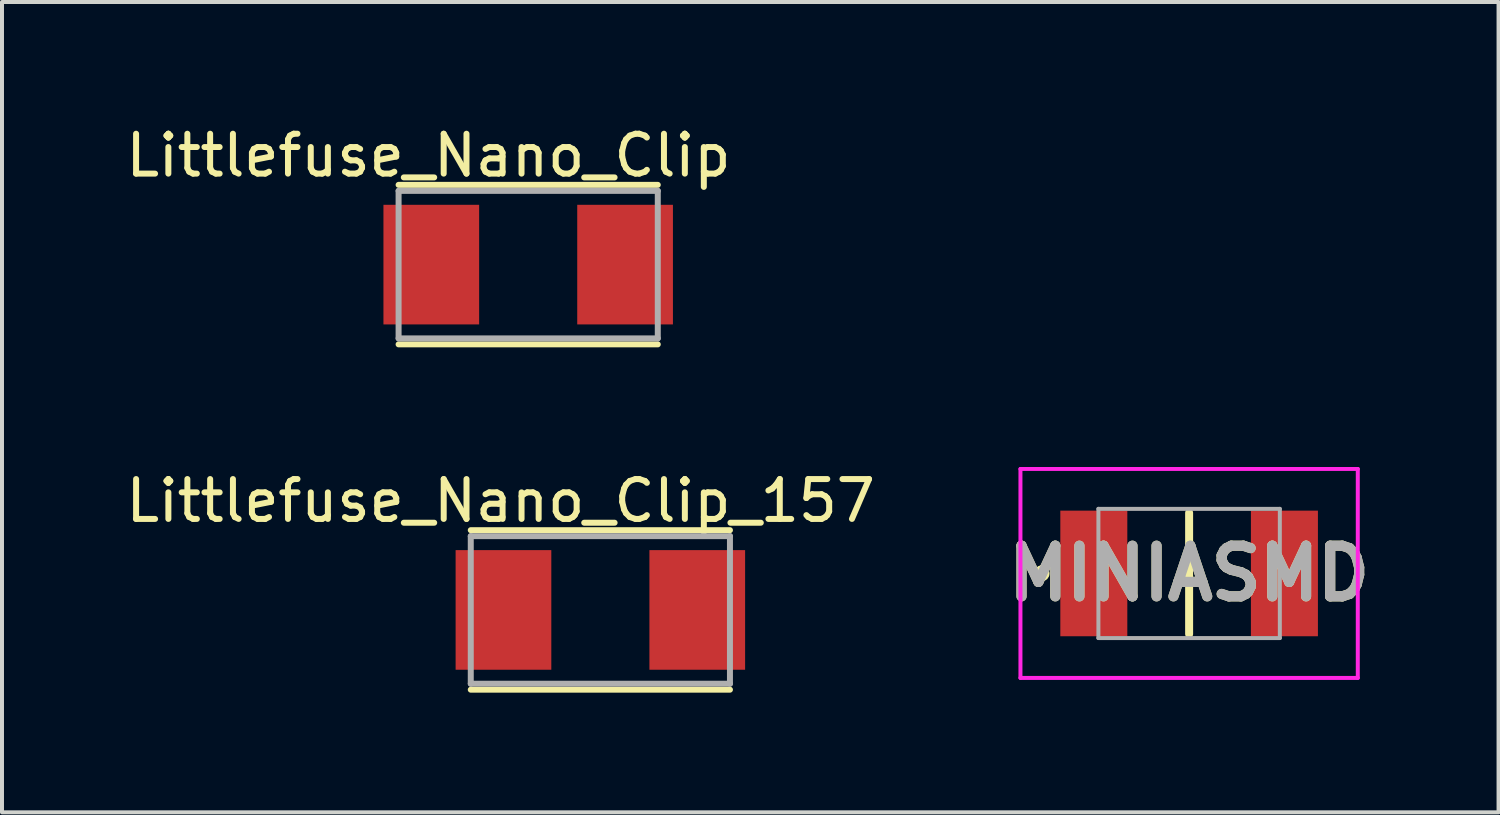
<source format=kicad_pcb>
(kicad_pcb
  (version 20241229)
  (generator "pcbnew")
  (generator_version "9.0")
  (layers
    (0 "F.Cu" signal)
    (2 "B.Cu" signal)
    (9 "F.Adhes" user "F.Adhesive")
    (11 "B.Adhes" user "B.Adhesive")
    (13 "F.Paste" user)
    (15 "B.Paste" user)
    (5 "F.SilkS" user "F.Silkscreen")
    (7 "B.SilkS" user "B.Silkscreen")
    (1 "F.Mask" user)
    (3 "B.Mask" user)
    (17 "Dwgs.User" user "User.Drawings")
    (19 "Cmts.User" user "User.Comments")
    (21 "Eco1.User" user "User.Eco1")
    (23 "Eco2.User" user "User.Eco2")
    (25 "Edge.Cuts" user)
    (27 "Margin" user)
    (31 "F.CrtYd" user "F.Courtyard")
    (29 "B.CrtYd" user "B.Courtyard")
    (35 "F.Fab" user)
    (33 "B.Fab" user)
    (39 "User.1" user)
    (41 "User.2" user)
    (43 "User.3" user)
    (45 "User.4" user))
  (footprint "MINIASMD"
    (layer "F.Cu")
    (at 26.771 11.331)
    (property "Reference" "MINIASMD" (at 0 0 0) (layer "F.SilkS") (effects (font (size 1.27 1.27) (thickness 0.254))))
    (attr smd)
    (fp_line (start -3.7 -0.1) (end -3.7 -0.1) (stroke (width 0.2) (type solid)) (layer "F.SilkS"))
    (fp_line (start -3.7 0.1) (end -3.7 0.1) (stroke (width 0.2) (type solid)) (layer "F.SilkS"))
    (fp_line (start 0 -1.52) (end 0 1.52) (stroke (width 0.2) (type solid)) (layer "F.SilkS"))
    (fp_arc (start -3.7 -0.1) (mid -3.6 0) (end -3.7 0.1) (stroke (width 0.2) (type solid)) (layer "F.SilkS"))
    (fp_arc (start -3.7 0.1) (mid -3.8 0) (end -3.7 -0.1) (stroke (width 0.2) (type solid)) (layer "F.SilkS"))
    (fp_line (start -4.23 -2.62) (end 4.23 -2.62) (stroke (width 0.1) (type solid)) (layer "F.CrtYd"))
    (fp_line (start -4.23 2.62) (end -4.23 -2.62) (stroke (width 0.1) (type solid)) (layer "F.CrtYd"))
    (fp_line (start 4.23 -2.62) (end 4.23 2.62) (stroke (width 0.1) (type solid)) (layer "F.CrtYd"))
    (fp_line (start 4.23 2.62) (end -4.23 2.62) (stroke (width 0.1) (type solid)) (layer "F.CrtYd"))
    (fp_line (start -2.275 -1.62) (end 2.275 -1.62) (stroke (width 0.1) (type solid)) (layer "F.Fab"))
    (fp_line (start -2.275 1.62) (end -2.275 -1.62) (stroke (width 0.1) (type solid)) (layer "F.Fab"))
    (fp_line (start 2.275 -1.62) (end 2.275 1.62) (stroke (width 0.1) (type solid)) (layer "F.Fab"))
    (fp_line (start 2.275 1.62) (end -2.275 1.62) (stroke (width 0.1) (type solid)) (layer "F.Fab"))
    (fp_text user "${REFERENCE}" (at 0 0 0) (layer "F.Fab") (effects (font (size 1.27 1.27) (thickness 0.254))))
    (pad "1" smd rect (at -2.39 0) (size 1.68 3.15) (layers "F.Cu" "F.Mask" "F.Paste"))
    (pad "2" smd rect (at 2.39 0) (size 1.68 3.15) (layers "F.Cu" "F.Mask" "F.Paste")))
  (footprint "Littlefuse_Nano_Clip_157"
    (layer "F.Cu")
    (at 12.006 12.246)
    (property "Reference" "Littlefuse_Nano_Clip_157" (at -2.5 -2.737 0) (layer "F.SilkS") (effects (font (size 1 1) (thickness 0.15))))
    (attr through_hole)
    (fp_line (start -3.25 -2) (end 3.25 -2) (stroke (width 0.15) (type solid)) (layer "F.SilkS"))
    (fp_line (start 3.25 2) (end -3.25 2) (stroke (width 0.15) (type solid)) (layer "F.SilkS"))
    (fp_line (start -3.25 -1.85) (end -3.25 1.85) (stroke (width 0.15) (type solid)) (layer "F.Fab"))
    (fp_line (start 3.25 -1.85) (end -3.25 -1.85) (stroke (width 0.15) (type solid)) (layer "F.Fab"))
    (fp_line (start 3.25 -1.85) (end 3.25 1.85) (stroke (width 0.15) (type solid)) (layer "F.Fab"))
    (fp_line (start 3.25 1.85) (end -3.25 1.85) (stroke (width 0.15) (type solid)) (layer "F.Fab"))
    (pad "1" smd rect (at -2.43 0) (size 2.4 3) (layers "F.Cu" "F.Mask" "F.Paste"))
    (pad "2" smd rect (at 2.43 0) (size 2.4 3) (layers "F.Cu" "F.Mask" "F.Paste")))
  (footprint "Littlefuse_Nano_Clip"
    (layer "F.Cu")
    (at 10.196 3.586)
    (property "Reference" "Littlefuse_Nano_Clip" (at -2.5 -2.737 0) (layer "F.SilkS") (effects (font (size 1 1) (thickness 0.15))))
    (attr through_hole)
    (fp_line (start -3.25 -2) (end 3.25 -2) (stroke (width 0.15) (type solid)) (layer "F.SilkS"))
    (fp_line (start 3.25 2) (end -3.25 2) (stroke (width 0.15) (type solid)) (layer "F.SilkS"))
    (fp_line (start -3.25 -1.85) (end -3.25 1.85) (stroke (width 0.15) (type solid)) (layer "F.Fab"))
    (fp_line (start 3.25 -1.85) (end -3.25 -1.85) (stroke (width 0.15) (type solid)) (layer "F.Fab"))
    (fp_line (start 3.25 -1.85) (end 3.25 1.85) (stroke (width 0.15) (type solid)) (layer "F.Fab"))
    (fp_line (start 3.25 1.85) (end -3.25 1.85) (stroke (width 0.15) (type solid)) (layer "F.Fab"))
    (pad "1" smd rect (at -2.43 0) (size 2.4 3) (layers "F.Cu" "F.Mask" "F.Paste"))
    (pad "2" smd rect (at 2.43 0) (size 2.4 3) (layers "F.Cu" "F.Mask" "F.Paste")))
  (gr_rect
    (start -3 -3)
    (end 34.531 17.322)
    (stroke (width 0.1) (type default))
    (fill no)
    (layer "Edge.Cuts")))
</source>
